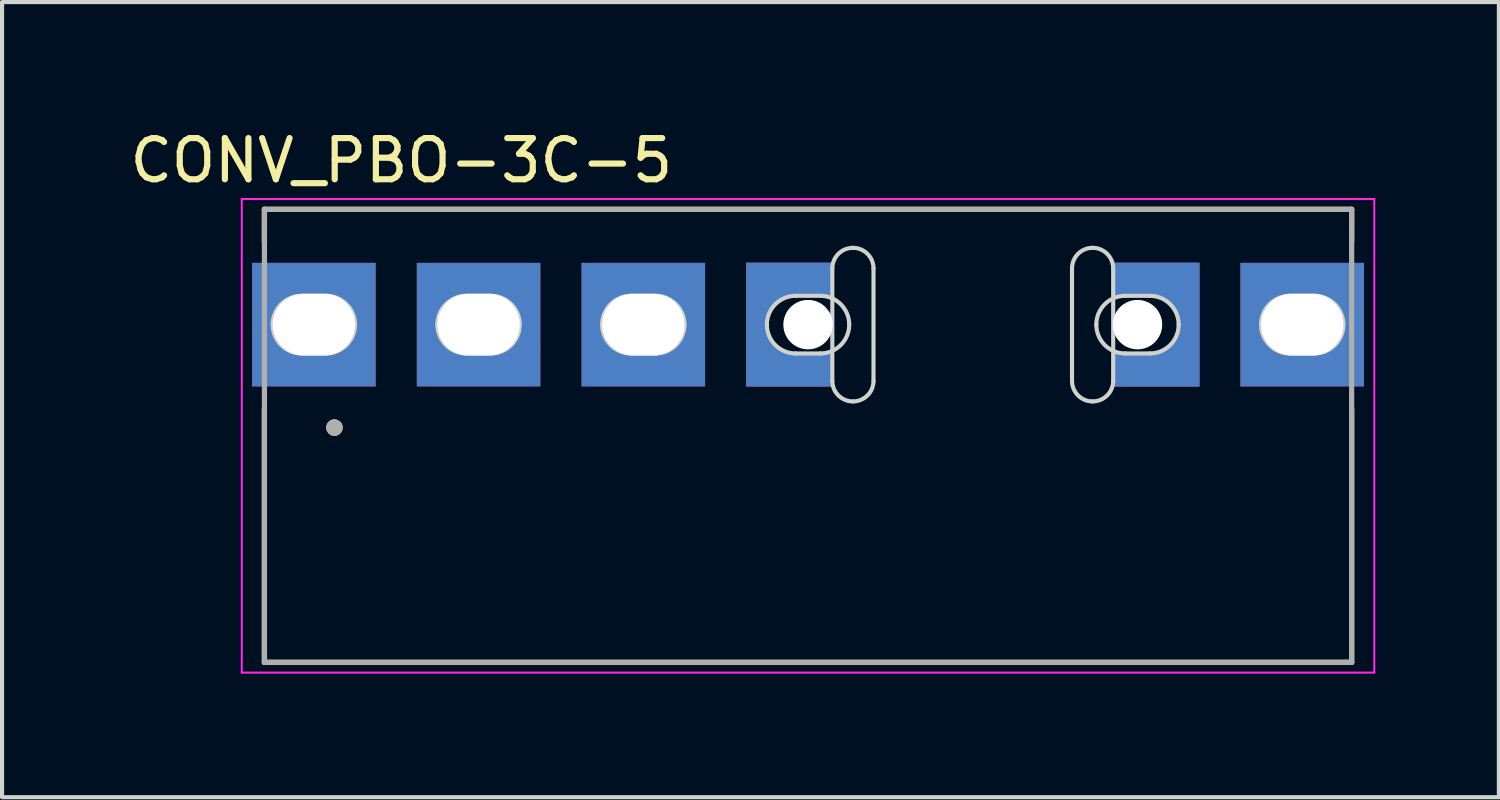
<source format=kicad_pcb>
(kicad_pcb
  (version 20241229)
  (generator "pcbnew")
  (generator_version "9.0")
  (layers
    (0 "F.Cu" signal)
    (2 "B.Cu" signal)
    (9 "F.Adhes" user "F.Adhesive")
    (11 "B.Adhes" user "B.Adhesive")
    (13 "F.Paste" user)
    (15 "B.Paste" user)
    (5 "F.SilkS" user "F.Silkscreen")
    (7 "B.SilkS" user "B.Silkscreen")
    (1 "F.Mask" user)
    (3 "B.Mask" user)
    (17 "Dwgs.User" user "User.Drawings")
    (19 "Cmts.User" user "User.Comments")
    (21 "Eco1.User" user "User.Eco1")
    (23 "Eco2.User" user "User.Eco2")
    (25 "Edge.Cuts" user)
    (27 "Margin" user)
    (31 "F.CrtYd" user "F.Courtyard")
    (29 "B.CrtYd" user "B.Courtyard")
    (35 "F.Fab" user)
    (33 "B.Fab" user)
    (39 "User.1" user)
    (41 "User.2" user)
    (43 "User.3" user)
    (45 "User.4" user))
  (footprint "CONV_PBO-3C-5"
    (layer "F.Cu")
    (at 16.571 4.833)
    (property "Reference" "CONV_PBO-3C-5" (at -9.875 -3.985 0) (layer "F.SilkS") (effects (font (size 1 1) (thickness 0.15))))
    (attr through_hole)
    (fp_poly (pts (xy 4.25 -1.43) (xy 5.45 -1.43) (xy 5.45 2.5) (xy 4.25 2.5)) (stroke (width 0.01) (type solid)) (fill yes) (layer "F.Mask"))
    (fp_poly (pts (xy 7.31 0.6) (xy 7.31 1.6) (xy 9.6 1.6) (xy 9.6 -1.6) (xy 7.31 -1.6) (xy 7.31 -0.6)) (stroke (width 0.01) (type solid)) (fill yes) (layer "F.Mask"))
    (fp_poly (pts (xy -1 0) (xy -0.999 -0.037) (xy -0.996 -0.073) (xy -0.991 -0.11) (xy -0.985 -0.146) (xy -0.976 -0.181) (xy -0.966 -0.216) (xy -0.954 -0.251) (xy -0.939 -0.285) (xy -0.924 -0.318) (xy -0.906 -0.35) (xy -0.887 -0.381) (xy -0.866 -0.411) (xy -0.844 -0.441) (xy -0.82 -0.468) (xy -0.795 -0.495) (xy -0.768 -0.52) (xy -0.741 -0.544) (xy -0.711 -0.566) (xy -0.681 -0.587) (xy -0.65 -0.606) (xy -0.618 -0.624) (xy -0.585 -0.639) (xy -0.551 -0.654) (xy -0.516 -0.666) (xy -0.481 -0.676) (xy -0.446 -0.685) (xy -0.41 -0.691) (xy -0.373 -0.696) (xy -0.337 -0.699) (xy -0.3 -0.7) (xy 0.59 -0.7) (xy 0.59 -1.5) (xy -1.5 -1.5) (xy -1.5 1.5) (xy 0.59 1.5) (xy 0.59 0.7) (xy -0.3 0.7) (xy -0.337 0.699) (xy -0.373 0.696) (xy -0.41 0.691) (xy -0.446 0.685) (xy -0.481 0.676) (xy -0.516 0.666) (xy -0.551 0.654) (xy -0.585 0.639) (xy -0.618 0.624) (xy -0.65 0.606) (xy -0.681 0.587) (xy -0.711 0.566) (xy -0.741 0.544) (xy -0.768 0.52) (xy -0.795 0.495) (xy -0.82 0.468) (xy -0.844 0.441) (xy -0.866 0.411) (xy -0.887 0.381) (xy -0.906 0.35) (xy -0.924 0.318) (xy -0.939 0.285) (xy -0.954 0.251) (xy -0.966 0.216) (xy -0.976 0.181) (xy -0.985 0.146) (xy -0.991 0.11) (xy -0.996 0.073) (xy -0.999 0.037) (xy -1 0)) (stroke (width 0.01) (type solid)) (fill yes) (layer "B.Cu"))
    (fp_poly (pts (xy 9 0) (xy 8.999 0.037) (xy 8.996 0.073) (xy 8.991 0.11) (xy 8.985 0.146) (xy 8.976 0.181) (xy 8.966 0.216) (xy 8.954 0.251) (xy 8.939 0.285) (xy 8.924 0.318) (xy 8.906 0.35) (xy 8.887 0.381) (xy 8.866 0.411) (xy 8.844 0.441) (xy 8.82 0.468) (xy 8.795 0.495) (xy 8.768 0.52) (xy 8.741 0.544) (xy 8.711 0.566) (xy 8.681 0.587) (xy 8.65 0.606) (xy 8.618 0.624) (xy 8.585 0.639) (xy 8.551 0.654) (xy 8.516 0.666) (xy 8.481 0.676) (xy 8.446 0.685) (xy 8.41 0.691) (xy 8.373 0.696) (xy 8.337 0.699) (xy 8.3 0.7) (xy 7.41 0.7) (xy 7.41 1.5) (xy 9.5 1.5) (xy 9.5 -1.5) (xy 7.41 -1.5) (xy 7.41 -0.7) (xy 8.3 -0.7) (xy 8.337 -0.699) (xy 8.373 -0.696) (xy 8.41 -0.691) (xy 8.446 -0.685) (xy 8.481 -0.676) (xy 8.516 -0.666) (xy 8.551 -0.654) (xy 8.585 -0.639) (xy 8.618 -0.624) (xy 8.65 -0.606) (xy 8.681 -0.587) (xy 8.711 -0.566) (xy 8.741 -0.544) (xy 8.768 -0.52) (xy 8.795 -0.495) (xy 8.82 -0.468) (xy 8.844 -0.441) (xy 8.866 -0.411) (xy 8.887 -0.381) (xy 8.906 -0.35) (xy 8.924 -0.318) (xy 8.939 -0.285) (xy 8.954 -0.251) (xy 8.966 -0.216) (xy 8.976 -0.181) (xy 8.985 -0.146) (xy 8.991 -0.11) (xy 8.996 -0.073) (xy 8.999 -0.037) (xy 9 0)) (stroke (width 0.01) (type solid)) (fill yes) (layer "B.Cu"))
    (fp_line (start -13.2 -2.8) (end -13.2 -2) (stroke (width 0.127) (type solid)) (layer "F.SilkS"))
    (fp_line (start -13.2 2.05) (end -13.2 8.2) (stroke (width 0.127) (type solid)) (layer "F.SilkS"))
    (fp_line (start -13.2 8.2) (end 13.2 8.2) (stroke (width 0.127) (type solid)) (layer "F.SilkS"))
    (fp_line (start 13.2 -2.8) (end -13.2 -2.8) (stroke (width 0.127) (type solid)) (layer "F.SilkS"))
    (fp_line (start 13.2 -2.8) (end 13.2 -2) (stroke (width 0.127) (type solid)) (layer "F.SilkS"))
    (fp_line (start 13.2 2.05) (end 13.2 8.2) (stroke (width 0.127) (type solid)) (layer "F.SilkS"))
    (fp_circle (center -11.5 2.5) (end -11.4 2.5) (stroke (width 0.2) (type solid)) (fill no) (layer "F.SilkS"))
    (fp_poly (pts (xy -1 0) (xy -0.999 -0.037) (xy -0.996 -0.073) (xy -0.991 -0.11) (xy -0.985 -0.146) (xy -0.976 -0.181) (xy -0.966 -0.216) (xy -0.954 -0.251) (xy -0.939 -0.285) (xy -0.924 -0.318) (xy -0.906 -0.35) (xy -0.887 -0.381) (xy -0.866 -0.411) (xy -0.844 -0.441) (xy -0.82 -0.468) (xy -0.795 -0.495) (xy -0.768 -0.52) (xy -0.741 -0.544) (xy -0.711 -0.566) (xy -0.681 -0.587) (xy -0.65 -0.606) (xy -0.618 -0.624) (xy -0.585 -0.639) (xy -0.551 -0.654) (xy -0.516 -0.666) (xy -0.481 -0.676) (xy -0.446 -0.685) (xy -0.41 -0.691) (xy -0.373 -0.696) (xy -0.337 -0.699) (xy -0.3 -0.7) (xy 0.59 -0.7) (xy 0.59 -1.5) (xy -1.5 -1.5) (xy -1.5 1.5) (xy 0.59 1.5) (xy 0.59 0.7) (xy -0.3 0.7) (xy -0.337 0.699) (xy -0.373 0.696) (xy -0.41 0.691) (xy -0.446 0.685) (xy -0.481 0.676) (xy -0.516 0.666) (xy -0.551 0.654) (xy -0.585 0.639) (xy -0.618 0.624) (xy -0.65 0.606) (xy -0.681 0.587) (xy -0.711 0.566) (xy -0.741 0.544) (xy -0.768 0.52) (xy -0.795 0.495) (xy -0.82 0.468) (xy -0.844 0.441) (xy -0.866 0.411) (xy -0.887 0.381) (xy -0.906 0.35) (xy -0.924 0.318) (xy -0.939 0.285) (xy -0.954 0.251) (xy -0.966 0.216) (xy -0.976 0.181) (xy -0.985 0.146) (xy -0.991 0.11) (xy -0.996 0.073) (xy -0.999 0.037) (xy -1 0)) (stroke (width 0.01) (type solid)) (fill yes) (layer "F.Paste"))
    (fp_poly (pts (xy 9 0) (xy 8.999 0.037) (xy 8.996 0.073) (xy 8.991 0.11) (xy 8.985 0.146) (xy 8.976 0.181) (xy 8.966 0.216) (xy 8.954 0.251) (xy 8.939 0.285) (xy 8.924 0.318) (xy 8.906 0.35) (xy 8.887 0.381) (xy 8.866 0.411) (xy 8.844 0.441) (xy 8.82 0.468) (xy 8.795 0.495) (xy 8.768 0.52) (xy 8.741 0.544) (xy 8.711 0.566) (xy 8.681 0.587) (xy 8.65 0.606) (xy 8.618 0.624) (xy 8.585 0.639) (xy 8.551 0.654) (xy 8.516 0.666) (xy 8.481 0.676) (xy 8.446 0.685) (xy 8.41 0.691) (xy 8.373 0.696) (xy 8.337 0.699) (xy 8.3 0.7) (xy 7.41 0.7) (xy 7.41 1.5) (xy 9.5 1.5) (xy 9.5 -1.5) (xy 7.41 -1.5) (xy 7.41 -0.7) (xy 8.3 -0.7) (xy 8.337 -0.699) (xy 8.373 -0.696) (xy 8.41 -0.691) (xy 8.446 -0.685) (xy 8.481 -0.676) (xy 8.516 -0.666) (xy 8.551 -0.654) (xy 8.585 -0.639) (xy 8.618 -0.624) (xy 8.65 -0.606) (xy 8.681 -0.587) (xy 8.711 -0.566) (xy 8.741 -0.544) (xy 8.768 -0.52) (xy 8.795 -0.495) (xy 8.82 -0.468) (xy 8.844 -0.441) (xy 8.866 -0.411) (xy 8.887 -0.381) (xy 8.906 -0.35) (xy 8.924 -0.318) (xy 8.939 -0.285) (xy 8.954 -0.251) (xy 8.966 -0.216) (xy 8.976 -0.181) (xy 8.985 -0.146) (xy 8.991 -0.11) (xy 8.996 -0.073) (xy 8.999 -0.037) (xy 9 0)) (stroke (width 0.01) (type solid)) (fill yes) (layer "F.Paste"))
    (fp_line (start -12.3 -0.7) (end -11.7 -0.7) (stroke (width 0.1) (type solid)) (layer "Edge.Cuts"))
    (fp_line (start -11.7 0.7) (end -12.3 0.7) (stroke (width 0.1) (type solid)) (layer "Edge.Cuts"))
    (fp_line (start -8.3 -0.7) (end -7.7 -0.7) (stroke (width 0.1) (type solid)) (layer "Edge.Cuts"))
    (fp_line (start -7.7 0.7) (end -8.3 0.7) (stroke (width 0.1) (type solid)) (layer "Edge.Cuts"))
    (fp_line (start -4.3 -0.7) (end -3.7 -0.7) (stroke (width 0.1) (type solid)) (layer "Edge.Cuts"))
    (fp_line (start -3.7 0.7) (end -4.3 0.7) (stroke (width 0.1) (type solid)) (layer "Edge.Cuts"))
    (fp_line (start -0.3 -0.7) (end 0.3 -0.7) (stroke (width 0.1) (type solid)) (layer "Edge.Cuts"))
    (fp_line (start 0.3 0.7) (end -0.3 0.7) (stroke (width 0.1) (type solid)) (layer "Edge.Cuts"))
    (fp_line (start 0.59 -1.365) (end 0.59 1.365) (stroke (width 0.1) (type solid)) (layer "Edge.Cuts"))
    (fp_line (start 1.59 1.365) (end 1.59 -1.365) (stroke (width 0.1) (type solid)) (layer "Edge.Cuts"))
    (fp_line (start 6.41 -1.365) (end 6.41 1.365) (stroke (width 0.1) (type solid)) (layer "Edge.Cuts"))
    (fp_line (start 7.41 1.365) (end 7.41 -1.365) (stroke (width 0.1) (type solid)) (layer "Edge.Cuts"))
    (fp_line (start 7.7 -0.7) (end 8.3 -0.7) (stroke (width 0.1) (type solid)) (layer "Edge.Cuts"))
    (fp_line (start 8.3 0.7) (end 7.7 0.7) (stroke (width 0.1) (type solid)) (layer "Edge.Cuts"))
    (fp_line (start 11.7 -0.7) (end 12.3 -0.7) (stroke (width 0.1) (type solid)) (layer "Edge.Cuts"))
    (fp_line (start 12.3 0.7) (end 11.7 0.7) (stroke (width 0.1) (type solid)) (layer "Edge.Cuts"))
    (fp_arc (start -13 0) (mid -12.794975 -0.494975) (end -12.3 -0.7) (stroke (width 0.1) (type solid)) (layer "Edge.Cuts"))
    (fp_arc (start -12.3 0.7) (mid -12.794975 0.494975) (end -13 0) (stroke (width 0.1) (type solid)) (layer "Edge.Cuts"))
    (fp_arc (start -11.7 -0.7) (mid -11.205025 -0.494975) (end -11 0) (stroke (width 0.1) (type solid)) (layer "Edge.Cuts"))
    (fp_arc (start -11 0) (mid -11.205025 0.494975) (end -11.7 0.7) (stroke (width 0.1) (type solid)) (layer "Edge.Cuts"))
    (fp_arc (start -9 0) (mid -8.794975 -0.494975) (end -8.3 -0.7) (stroke (width 0.1) (type solid)) (layer "Edge.Cuts"))
    (fp_arc (start -8.3 0.7) (mid -8.794975 0.494975) (end -9 0) (stroke (width 0.1) (type solid)) (layer "Edge.Cuts"))
    (fp_arc (start -7.7 -0.7) (mid -7.205025 -0.494975) (end -7 0) (stroke (width 0.1) (type solid)) (layer "Edge.Cuts"))
    (fp_arc (start -7 0) (mid -7.205025 0.494975) (end -7.7 0.7) (stroke (width 0.1) (type solid)) (layer "Edge.Cuts"))
    (fp_arc (start -5 0) (mid -4.794975 -0.494975) (end -4.3 -0.7) (stroke (width 0.1) (type solid)) (layer "Edge.Cuts"))
    (fp_arc (start -4.3 0.7) (mid -4.794975 0.494975) (end -5 0) (stroke (width 0.1) (type solid)) (layer "Edge.Cuts"))
    (fp_arc (start -3.7 -0.7) (mid -3.205025 -0.494975) (end -3 0) (stroke (width 0.1) (type solid)) (layer "Edge.Cuts"))
    (fp_arc (start -3 0) (mid -3.205025 0.494975) (end -3.7 0.7) (stroke (width 0.1) (type solid)) (layer "Edge.Cuts"))
    (fp_arc (start -1 0) (mid -0.794975 -0.494975) (end -0.3 -0.7) (stroke (width 0.1) (type solid)) (layer "Edge.Cuts"))
    (fp_arc (start -0.3 0.7) (mid -0.794975 0.494975) (end -1 0) (stroke (width 0.1) (type solid)) (layer "Edge.Cuts"))
    (fp_arc (start 0.3 -0.7) (mid 0.794975 -0.494975) (end 1 0) (stroke (width 0.1) (type solid)) (layer "Edge.Cuts"))
    (fp_arc (start 0.59 -1.365) (mid 0.736447 -1.718553) (end 1.09 -1.865) (stroke (width 0.1) (type solid)) (layer "Edge.Cuts"))
    (fp_arc (start 1 0) (mid 0.794975 0.494975) (end 0.3 0.7) (stroke (width 0.1) (type solid)) (layer "Edge.Cuts"))
    (fp_arc (start 1.09 -1.865) (mid 1.443553 -1.718553) (end 1.59 -1.365) (stroke (width 0.1) (type solid)) (layer "Edge.Cuts"))
    (fp_arc (start 1.09 1.865) (mid 0.736447 1.718553) (end 0.59 1.365) (stroke (width 0.1) (type solid)) (layer "Edge.Cuts"))
    (fp_arc (start 1.59 1.365) (mid 1.443553 1.718553) (end 1.09 1.865) (stroke (width 0.1) (type solid)) (layer "Edge.Cuts"))
    (fp_arc (start 6.41 -1.365) (mid 6.556447 -1.718553) (end 6.91 -1.865) (stroke (width 0.1) (type solid)) (layer "Edge.Cuts"))
    (fp_arc (start 6.91 -1.865) (mid 7.263553 -1.718553) (end 7.41 -1.365) (stroke (width 0.1) (type solid)) (layer "Edge.Cuts"))
    (fp_arc (start 6.91 1.865) (mid 6.556447 1.718553) (end 6.41 1.365) (stroke (width 0.1) (type solid)) (layer "Edge.Cuts"))
    (fp_arc (start 7 0) (mid 7.205025 -0.494975) (end 7.7 -0.7) (stroke (width 0.1) (type solid)) (layer "Edge.Cuts"))
    (fp_arc (start 7.41 1.365) (mid 7.263553 1.718553) (end 6.91 1.865) (stroke (width 0.1) (type solid)) (layer "Edge.Cuts"))
    (fp_arc (start 7.7 0.7) (mid 7.205025 0.494975) (end 7 0) (stroke (width 0.1) (type solid)) (layer "Edge.Cuts"))
    (fp_arc (start 8.3 -0.7) (mid 8.794975 -0.494975) (end 9 0) (stroke (width 0.1) (type solid)) (layer "Edge.Cuts"))
    (fp_arc (start 9 0) (mid 8.794975 0.494975) (end 8.3 0.7) (stroke (width 0.1) (type solid)) (layer "Edge.Cuts"))
    (fp_arc (start 11 0) (mid 11.205025 -0.494975) (end 11.7 -0.7) (stroke (width 0.1) (type solid)) (layer "Edge.Cuts"))
    (fp_arc (start 11.7 0.7) (mid 11.205025 0.494975) (end 11 0) (stroke (width 0.1) (type solid)) (layer "Edge.Cuts"))
    (fp_arc (start 12.3 -0.7) (mid 12.794975 -0.494975) (end 13 0) (stroke (width 0.1) (type solid)) (layer "Edge.Cuts"))
    (fp_arc (start 13 0) (mid 12.794975 0.494975) (end 12.3 0.7) (stroke (width 0.1) (type solid)) (layer "Edge.Cuts"))
    (fp_line (start -13.75 -3.05) (end -13.75 8.45) (stroke (width 0.05) (type solid)) (layer "F.CrtYd"))
    (fp_line (start -13.75 8.45) (end 13.75 8.45) (stroke (width 0.05) (type solid)) (layer "F.CrtYd"))
    (fp_line (start 13.75 -3.05) (end -13.75 -3.05) (stroke (width 0.05) (type solid)) (layer "F.CrtYd"))
    (fp_line (start 13.75 8.45) (end 13.75 -3.05) (stroke (width 0.05) (type solid)) (layer "F.CrtYd"))
    (fp_line (start -13.2 -2.8) (end -13.2 8.2) (stroke (width 0.127) (type solid)) (layer "F.Fab"))
    (fp_line (start -13.2 8.2) (end 13.2 8.2) (stroke (width 0.127) (type solid)) (layer "F.Fab"))
    (fp_line (start 13.2 -2.8) (end -13.2 -2.8) (stroke (width 0.127) (type solid)) (layer "F.Fab"))
    (fp_line (start 13.2 8.2) (end 13.2 -2.8) (stroke (width 0.127) (type solid)) (layer "F.Fab"))
    (fp_circle (center -11.5 2.5) (end -11.4 2.5) (stroke (width 0.2) (type solid)) (fill no) (layer "F.Fab"))
    (pad "" np_thru_hole circle (at 0 0) (size 1.2 1.2) (drill 1.2) (layers "*.Cu" "*.Mask"))
    (pad "" np_thru_hole circle (at 8 0) (size 1.2 1.2) (drill 1.2) (layers "*.Cu" "*.Mask"))
    (pad "1" thru_hole rect (at -12 0) (size 3 3) (drill oval 2 1.5) (layers "*.Cu" "*.Mask"))
    (pad "2" thru_hole rect (at -8 0) (size 3 3) (drill oval 2 1.5) (layers "*.Cu" "*.Mask"))
    (pad "3" thru_hole rect (at -4 0) (size 3 3) (drill oval 2 1.5) (layers "*.Cu" "*.Mask"))
    (pad "4" smd custom (at -1.3 0) (size 0.3 0.3) (layers "F.Cu") (options (anchor rect)) (primitives (gr_poly (pts (xy 0.3 0) (xy 0.301 -0.037) (xy 0.304 -0.073) (xy 0.309 -0.11) (xy 0.315 -0.146) (xy 0.324 -0.181) (xy 0.334 -0.216) (xy 0.346 -0.251) (xy 0.361 -0.285) (xy 0.376 -0.318) (xy 0.394 -0.35) (xy 0.413 -0.381) (xy 0.434 -0.411) (xy 0.456 -0.441) (xy 0.48 -0.468) (xy 0.505 -0.495) (xy 0.532 -0.52) (xy 0.559 -0.544) (xy 0.589 -0.566) (xy 0.619 -0.587) (xy 0.65 -0.606) (xy 0.682 -0.624) (xy 0.715 -0.639) (xy 0.749 -0.654) (xy 0.784 -0.666) (xy 0.819 -0.676) (xy 0.854 -0.685) (xy 0.89 -0.691) (xy 0.927 -0.696) (xy 0.963 -0.699) (xy 1 -0.7) (xy 1.89 -0.7) (xy 1.89 -1.5) (xy -0.2 -1.5) (xy -0.2 1.5) (xy 1.89 1.5) (xy 1.89 0.7) (xy 1 0.7) (xy 0.963 0.699) (xy 0.927 0.696) (xy 0.89 0.691) (xy 0.854 0.685) (xy 0.819 0.676) (xy 0.784 0.666) (xy 0.749 0.654) (xy 0.715 0.639) (xy 0.682 0.624) (xy 0.65 0.606) (xy 0.619 0.587) (xy 0.589 0.566) (xy 0.559 0.544) (xy 0.532 0.52) (xy 0.505 0.495) (xy 0.48 0.468) (xy 0.456 0.441) (xy 0.434 0.411) (xy 0.413 0.381) (xy 0.394 0.35) (xy 0.376 0.318) (xy 0.361 0.285) (xy 0.346 0.251) (xy 0.334 0.216) (xy 0.324 0.181) (xy 0.315 0.146) (xy 0.309 0.11) (xy 0.304 0.073) (xy 0.301 0.037) (xy 0.3 0)) (width 0.01) (fill yes))))
    (pad "5" smd custom (at 9.3 0) (size 0.3 0.3) (layers "F.Cu") (options (anchor rect)) (primitives (gr_poly (pts (xy -0.3 0) (xy -0.301 0.037) (xy -0.304 0.073) (xy -0.309 0.11) (xy -0.315 0.146) (xy -0.324 0.181) (xy -0.334 0.216) (xy -0.346 0.251) (xy -0.361 0.285) (xy -0.376 0.318) (xy -0.394 0.35) (xy -0.413 0.381) (xy -0.434 0.411) (xy -0.456 0.441) (xy -0.48 0.468) (xy -0.505 0.495) (xy -0.532 0.52) (xy -0.559 0.544) (xy -0.589 0.566) (xy -0.619 0.587) (xy -0.65 0.606) (xy -0.682 0.624) (xy -0.715 0.639) (xy -0.749 0.654) (xy -0.784 0.666) (xy -0.819 0.676) (xy -0.854 0.685) (xy -0.89 0.691) (xy -0.927 0.696) (xy -0.963 0.699) (xy -1 0.7) (xy -1.89 0.7) (xy -1.89 1.5) (xy 0.2 1.5) (xy 0.2 -1.5) (xy -1.89 -1.5) (xy -1.89 -0.7) (xy -1 -0.7) (xy -0.963 -0.699) (xy -0.927 -0.696) (xy -0.89 -0.691) (xy -0.854 -0.685) (xy -0.819 -0.676) (xy -0.784 -0.666) (xy -0.749 -0.654) (xy -0.715 -0.639) (xy -0.682 -0.624) (xy -0.65 -0.606) (xy -0.619 -0.587) (xy -0.589 -0.566) (xy -0.559 -0.544) (xy -0.532 -0.52) (xy -0.505 -0.495) (xy -0.48 -0.468) (xy -0.456 -0.441) (xy -0.434 -0.411) (xy -0.413 -0.381) (xy -0.394 -0.35) (xy -0.376 -0.318) (xy -0.361 -0.285) (xy -0.346 -0.251) (xy -0.334 -0.216) (xy -0.324 -0.181) (xy -0.315 -0.146) (xy -0.309 -0.11) (xy -0.304 -0.073) (xy -0.301 -0.037) (xy -0.3 0)) (width 0.01) (fill yes))))
    (pad "6" thru_hole rect (at 12 0) (size 3 3) (drill oval 2 1.5) (layers "*.Cu" "*.Mask")))
  (gr_rect
    (start -3 -3)
    (end 33.346 16.308)
    (stroke (width 0.1) (type default))
    (fill no)
    (layer "Edge.Cuts")))
</source>
